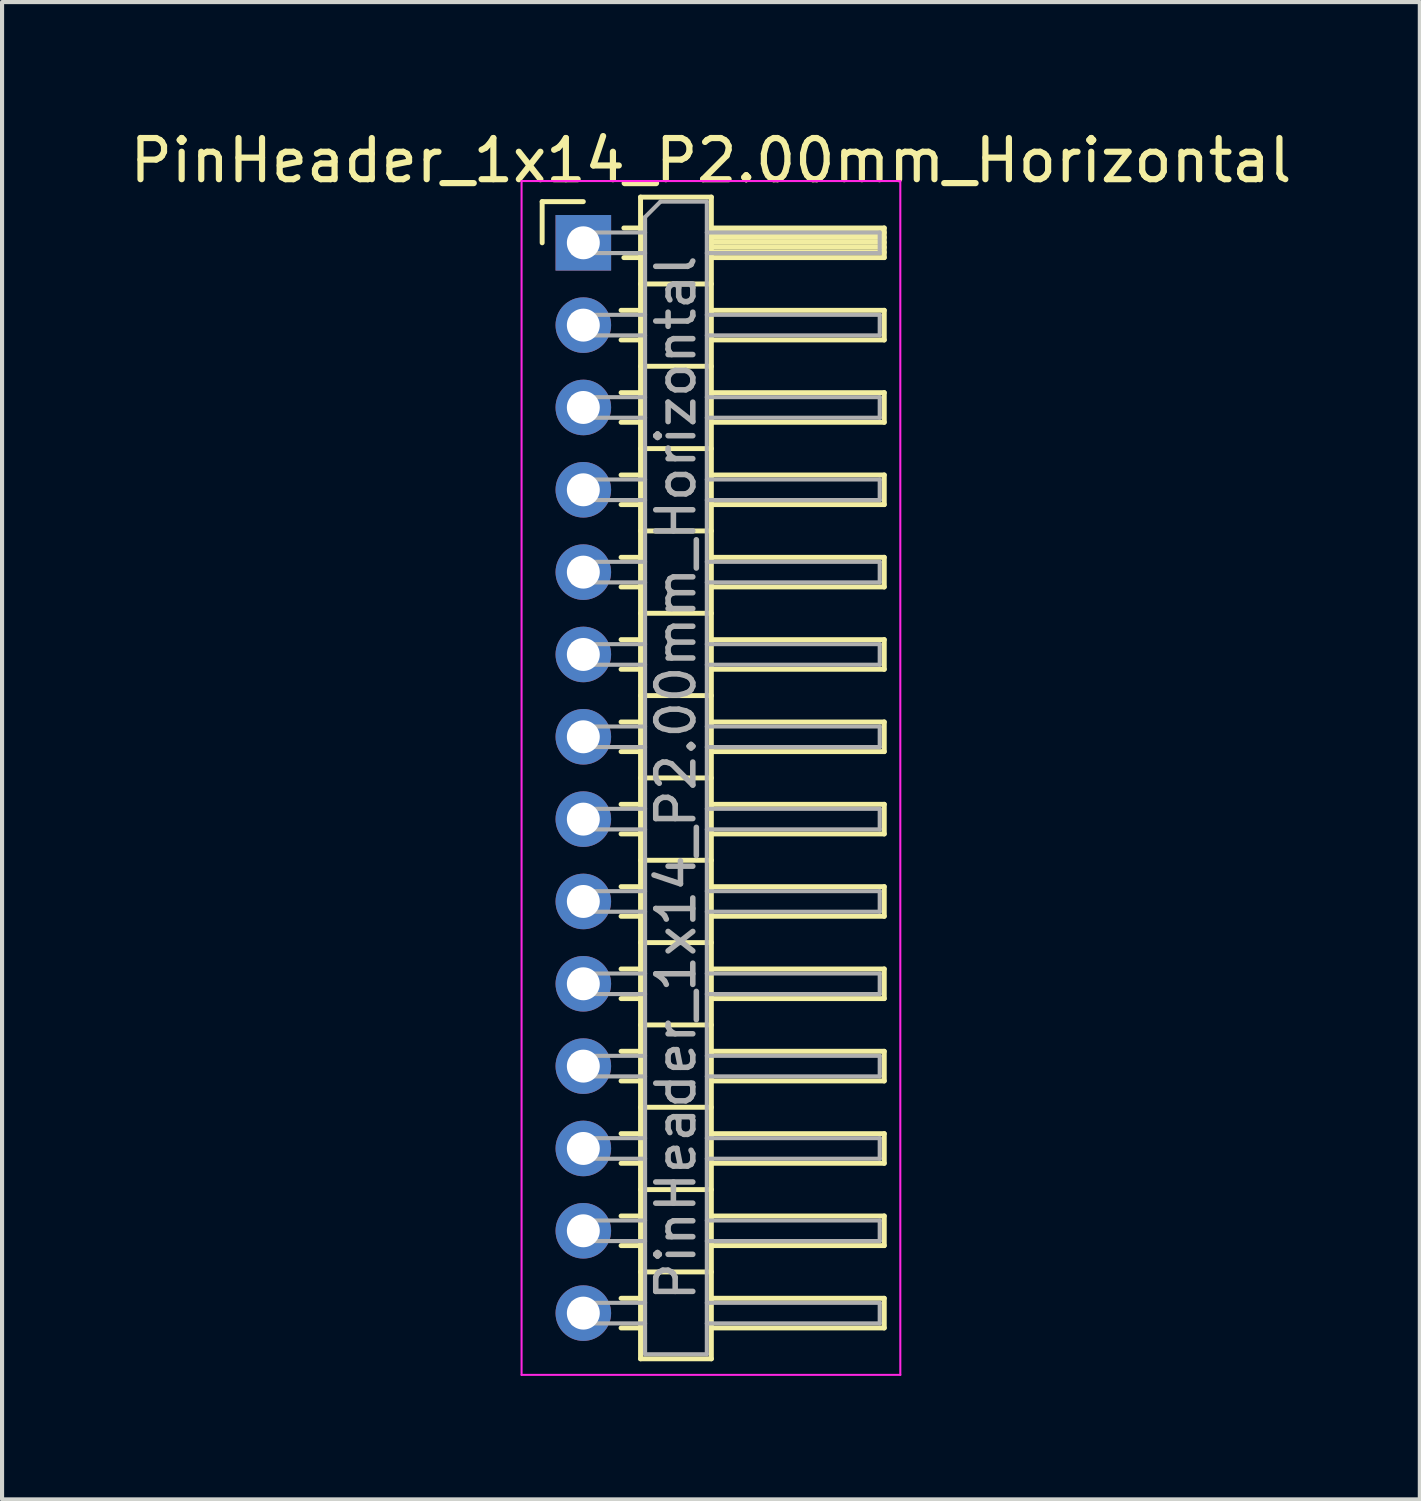
<source format=kicad_pcb>
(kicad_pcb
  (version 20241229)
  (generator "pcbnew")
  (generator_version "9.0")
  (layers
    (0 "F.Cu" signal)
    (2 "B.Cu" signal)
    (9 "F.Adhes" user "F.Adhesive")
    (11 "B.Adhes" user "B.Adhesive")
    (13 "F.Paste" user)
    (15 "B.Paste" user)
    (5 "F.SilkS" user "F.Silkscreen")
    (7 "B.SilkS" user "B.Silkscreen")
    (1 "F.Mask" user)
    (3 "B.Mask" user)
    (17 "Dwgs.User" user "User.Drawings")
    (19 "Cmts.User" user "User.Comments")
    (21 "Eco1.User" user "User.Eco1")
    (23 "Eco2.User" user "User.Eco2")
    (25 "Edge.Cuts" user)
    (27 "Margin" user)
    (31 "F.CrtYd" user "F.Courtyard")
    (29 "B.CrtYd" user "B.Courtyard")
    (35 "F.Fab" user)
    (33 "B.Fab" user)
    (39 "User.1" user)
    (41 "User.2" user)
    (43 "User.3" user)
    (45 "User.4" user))
  (footprint "PinHeader_1x14_P2.00mm_Horizontal"
    (layer "F.Cu")
    (at 11.12 2.848)
    (property "Reference" "PinHeader_1x14_P2.00mm_Horizontal" (at 3.1 -2 0) (layer "F.SilkS") (effects (font (size 1 1) (thickness 0.15))))
    (attr through_hole)
    (fp_line (start -1 -1) (end 0 -1) (stroke (width 0.12) (type solid)) (layer "F.SilkS"))
    (fp_line (start -1 0) (end -1 -1) (stroke (width 0.12) (type solid)) (layer "F.SilkS"))
    (fp_line (start 0.917 1.64) (end 1.39 1.64) (stroke (width 0.12) (type solid)) (layer "F.SilkS"))
    (fp_line (start 0.917 2.36) (end 1.39 2.36) (stroke (width 0.12) (type solid)) (layer "F.SilkS"))
    (fp_line (start 0.917 3.64) (end 1.39 3.64) (stroke (width 0.12) (type solid)) (layer "F.SilkS"))
    (fp_line (start 0.917 4.36) (end 1.39 4.36) (stroke (width 0.12) (type solid)) (layer "F.SilkS"))
    (fp_line (start 0.917 5.64) (end 1.39 5.64) (stroke (width 0.12) (type solid)) (layer "F.SilkS"))
    (fp_line (start 0.917 6.36) (end 1.39 6.36) (stroke (width 0.12) (type solid)) (layer "F.SilkS"))
    (fp_line (start 0.917 7.64) (end 1.39 7.64) (stroke (width 0.12) (type solid)) (layer "F.SilkS"))
    (fp_line (start 0.917 8.36) (end 1.39 8.36) (stroke (width 0.12) (type solid)) (layer "F.SilkS"))
    (fp_line (start 0.917 9.64) (end 1.39 9.64) (stroke (width 0.12) (type solid)) (layer "F.SilkS"))
    (fp_line (start 0.917 10.36) (end 1.39 10.36) (stroke (width 0.12) (type solid)) (layer "F.SilkS"))
    (fp_line (start 0.917 11.64) (end 1.39 11.64) (stroke (width 0.12) (type solid)) (layer "F.SilkS"))
    (fp_line (start 0.917 12.36) (end 1.39 12.36) (stroke (width 0.12) (type solid)) (layer "F.SilkS"))
    (fp_line (start 0.917 13.64) (end 1.39 13.64) (stroke (width 0.12) (type solid)) (layer "F.SilkS"))
    (fp_line (start 0.917 14.36) (end 1.39 14.36) (stroke (width 0.12) (type solid)) (layer "F.SilkS"))
    (fp_line (start 0.917 15.64) (end 1.39 15.64) (stroke (width 0.12) (type solid)) (layer "F.SilkS"))
    (fp_line (start 0.917 16.36) (end 1.39 16.36) (stroke (width 0.12) (type solid)) (layer "F.SilkS"))
    (fp_line (start 0.917 17.64) (end 1.39 17.64) (stroke (width 0.12) (type solid)) (layer "F.SilkS"))
    (fp_line (start 0.917 18.36) (end 1.39 18.36) (stroke (width 0.12) (type solid)) (layer "F.SilkS"))
    (fp_line (start 0.917 19.64) (end 1.39 19.64) (stroke (width 0.12) (type solid)) (layer "F.SilkS"))
    (fp_line (start 0.917 20.36) (end 1.39 20.36) (stroke (width 0.12) (type solid)) (layer "F.SilkS"))
    (fp_line (start 0.917 21.64) (end 1.39 21.64) (stroke (width 0.12) (type solid)) (layer "F.SilkS"))
    (fp_line (start 0.917 22.36) (end 1.39 22.36) (stroke (width 0.12) (type solid)) (layer "F.SilkS"))
    (fp_line (start 0.917 23.64) (end 1.39 23.64) (stroke (width 0.12) (type solid)) (layer "F.SilkS"))
    (fp_line (start 0.917 24.36) (end 1.39 24.36) (stroke (width 0.12) (type solid)) (layer "F.SilkS"))
    (fp_line (start 0.917 25.64) (end 1.39 25.64) (stroke (width 0.12) (type solid)) (layer "F.SilkS"))
    (fp_line (start 0.917 26.36) (end 1.39 26.36) (stroke (width 0.12) (type solid)) (layer "F.SilkS"))
    (fp_line (start 0.985 -0.36) (end 1.39 -0.36) (stroke (width 0.12) (type solid)) (layer "F.SilkS"))
    (fp_line (start 0.985 0.36) (end 1.39 0.36) (stroke (width 0.12) (type solid)) (layer "F.SilkS"))
    (fp_line (start 1.39 -1.11) (end 1.39 27.11) (stroke (width 0.12) (type solid)) (layer "F.SilkS"))
    (fp_line (start 1.39 1) (end 3.11 1) (stroke (width 0.12) (type solid)) (layer "F.SilkS"))
    (fp_line (start 1.39 3) (end 3.11 3) (stroke (width 0.12) (type solid)) (layer "F.SilkS"))
    (fp_line (start 1.39 5) (end 3.11 5) (stroke (width 0.12) (type solid)) (layer "F.SilkS"))
    (fp_line (start 1.39 7) (end 3.11 7) (stroke (width 0.12) (type solid)) (layer "F.SilkS"))
    (fp_line (start 1.39 9) (end 3.11 9) (stroke (width 0.12) (type solid)) (layer "F.SilkS"))
    (fp_line (start 1.39 11) (end 3.11 11) (stroke (width 0.12) (type solid)) (layer "F.SilkS"))
    (fp_line (start 1.39 13) (end 3.11 13) (stroke (width 0.12) (type solid)) (layer "F.SilkS"))
    (fp_line (start 1.39 15) (end 3.11 15) (stroke (width 0.12) (type solid)) (layer "F.SilkS"))
    (fp_line (start 1.39 17) (end 3.11 17) (stroke (width 0.12) (type solid)) (layer "F.SilkS"))
    (fp_line (start 1.39 19) (end 3.11 19) (stroke (width 0.12) (type solid)) (layer "F.SilkS"))
    (fp_line (start 1.39 21) (end 3.11 21) (stroke (width 0.12) (type solid)) (layer "F.SilkS"))
    (fp_line (start 1.39 23) (end 3.11 23) (stroke (width 0.12) (type solid)) (layer "F.SilkS"))
    (fp_line (start 1.39 25) (end 3.11 25) (stroke (width 0.12) (type solid)) (layer "F.SilkS"))
    (fp_line (start 1.39 27.11) (end 3.11 27.11) (stroke (width 0.12) (type solid)) (layer "F.SilkS"))
    (fp_line (start 3.11 -1.11) (end 1.39 -1.11) (stroke (width 0.12) (type solid)) (layer "F.SilkS"))
    (fp_line (start 3.11 -0.36) (end 7.31 -0.36) (stroke (width 0.12) (type solid)) (layer "F.SilkS"))
    (fp_line (start 3.11 -0.25) (end 7.31 -0.25) (stroke (width 0.12) (type solid)) (layer "F.SilkS"))
    (fp_line (start 3.11 -0.13) (end 7.31 -0.13) (stroke (width 0.12) (type solid)) (layer "F.SilkS"))
    (fp_line (start 3.11 -0.01) (end 7.31 -0.01) (stroke (width 0.12) (type solid)) (layer "F.SilkS"))
    (fp_line (start 3.11 0.11) (end 7.31 0.11) (stroke (width 0.12) (type solid)) (layer "F.SilkS"))
    (fp_line (start 3.11 0.23) (end 7.31 0.23) (stroke (width 0.12) (type solid)) (layer "F.SilkS"))
    (fp_line (start 3.11 1.64) (end 7.31 1.64) (stroke (width 0.12) (type solid)) (layer "F.SilkS"))
    (fp_line (start 3.11 3.64) (end 7.31 3.64) (stroke (width 0.12) (type solid)) (layer "F.SilkS"))
    (fp_line (start 3.11 5.64) (end 7.31 5.64) (stroke (width 0.12) (type solid)) (layer "F.SilkS"))
    (fp_line (start 3.11 7.64) (end 7.31 7.64) (stroke (width 0.12) (type solid)) (layer "F.SilkS"))
    (fp_line (start 3.11 9.64) (end 7.31 9.64) (stroke (width 0.12) (type solid)) (layer "F.SilkS"))
    (fp_line (start 3.11 11.64) (end 7.31 11.64) (stroke (width 0.12) (type solid)) (layer "F.SilkS"))
    (fp_line (start 3.11 13.64) (end 7.31 13.64) (stroke (width 0.12) (type solid)) (layer "F.SilkS"))
    (fp_line (start 3.11 15.64) (end 7.31 15.64) (stroke (width 0.12) (type solid)) (layer "F.SilkS"))
    (fp_line (start 3.11 17.64) (end 7.31 17.64) (stroke (width 0.12) (type solid)) (layer "F.SilkS"))
    (fp_line (start 3.11 19.64) (end 7.31 19.64) (stroke (width 0.12) (type solid)) (layer "F.SilkS"))
    (fp_line (start 3.11 21.64) (end 7.31 21.64) (stroke (width 0.12) (type solid)) (layer "F.SilkS"))
    (fp_line (start 3.11 23.64) (end 7.31 23.64) (stroke (width 0.12) (type solid)) (layer "F.SilkS"))
    (fp_line (start 3.11 25.64) (end 7.31 25.64) (stroke (width 0.12) (type solid)) (layer "F.SilkS"))
    (fp_line (start 3.11 27.11) (end 3.11 -1.11) (stroke (width 0.12) (type solid)) (layer "F.SilkS"))
    (fp_line (start 7.31 -0.36) (end 7.31 0.36) (stroke (width 0.12) (type solid)) (layer "F.SilkS"))
    (fp_line (start 7.31 0.36) (end 3.11 0.36) (stroke (width 0.12) (type solid)) (layer "F.SilkS"))
    (fp_line (start 7.31 1.64) (end 7.31 2.36) (stroke (width 0.12) (type solid)) (layer "F.SilkS"))
    (fp_line (start 7.31 2.36) (end 3.11 2.36) (stroke (width 0.12) (type solid)) (layer "F.SilkS"))
    (fp_line (start 7.31 3.64) (end 7.31 4.36) (stroke (width 0.12) (type solid)) (layer "F.SilkS"))
    (fp_line (start 7.31 4.36) (end 3.11 4.36) (stroke (width 0.12) (type solid)) (layer "F.SilkS"))
    (fp_line (start 7.31 5.64) (end 7.31 6.36) (stroke (width 0.12) (type solid)) (layer "F.SilkS"))
    (fp_line (start 7.31 6.36) (end 3.11 6.36) (stroke (width 0.12) (type solid)) (layer "F.SilkS"))
    (fp_line (start 7.31 7.64) (end 7.31 8.36) (stroke (width 0.12) (type solid)) (layer "F.SilkS"))
    (fp_line (start 7.31 8.36) (end 3.11 8.36) (stroke (width 0.12) (type solid)) (layer "F.SilkS"))
    (fp_line (start 7.31 9.64) (end 7.31 10.36) (stroke (width 0.12) (type solid)) (layer "F.SilkS"))
    (fp_line (start 7.31 10.36) (end 3.11 10.36) (stroke (width 0.12) (type solid)) (layer "F.SilkS"))
    (fp_line (start 7.31 11.64) (end 7.31 12.36) (stroke (width 0.12) (type solid)) (layer "F.SilkS"))
    (fp_line (start 7.31 12.36) (end 3.11 12.36) (stroke (width 0.12) (type solid)) (layer "F.SilkS"))
    (fp_line (start 7.31 13.64) (end 7.31 14.36) (stroke (width 0.12) (type solid)) (layer "F.SilkS"))
    (fp_line (start 7.31 14.36) (end 3.11 14.36) (stroke (width 0.12) (type solid)) (layer "F.SilkS"))
    (fp_line (start 7.31 15.64) (end 7.31 16.36) (stroke (width 0.12) (type solid)) (layer "F.SilkS"))
    (fp_line (start 7.31 16.36) (end 3.11 16.36) (stroke (width 0.12) (type solid)) (layer "F.SilkS"))
    (fp_line (start 7.31 17.64) (end 7.31 18.36) (stroke (width 0.12) (type solid)) (layer "F.SilkS"))
    (fp_line (start 7.31 18.36) (end 3.11 18.36) (stroke (width 0.12) (type solid)) (layer "F.SilkS"))
    (fp_line (start 7.31 19.64) (end 7.31 20.36) (stroke (width 0.12) (type solid)) (layer "F.SilkS"))
    (fp_line (start 7.31 20.36) (end 3.11 20.36) (stroke (width 0.12) (type solid)) (layer "F.SilkS"))
    (fp_line (start 7.31 21.64) (end 7.31 22.36) (stroke (width 0.12) (type solid)) (layer "F.SilkS"))
    (fp_line (start 7.31 22.36) (end 3.11 22.36) (stroke (width 0.12) (type solid)) (layer "F.SilkS"))
    (fp_line (start 7.31 23.64) (end 7.31 24.36) (stroke (width 0.12) (type solid)) (layer "F.SilkS"))
    (fp_line (start 7.31 24.36) (end 3.11 24.36) (stroke (width 0.12) (type solid)) (layer "F.SilkS"))
    (fp_line (start 7.31 25.64) (end 7.31 26.36) (stroke (width 0.12) (type solid)) (layer "F.SilkS"))
    (fp_line (start 7.31 26.36) (end 3.11 26.36) (stroke (width 0.12) (type solid)) (layer "F.SilkS"))
    (fp_line (start -1.5 -1.5) (end -1.5 27.5) (stroke (width 0.05) (type solid)) (layer "F.CrtYd"))
    (fp_line (start -1.5 27.5) (end 7.7 27.5) (stroke (width 0.05) (type solid)) (layer "F.CrtYd"))
    (fp_line (start 7.7 -1.5) (end -1.5 -1.5) (stroke (width 0.05) (type solid)) (layer "F.CrtYd"))
    (fp_line (start 7.7 27.5) (end 7.7 -1.5) (stroke (width 0.05) (type solid)) (layer "F.CrtYd"))
    (fp_line (start -0.25 -0.25) (end -0.25 0.25) (stroke (width 0.1) (type solid)) (layer "F.Fab"))
    (fp_line (start -0.25 -0.25) (end 1.5 -0.25) (stroke (width 0.1) (type solid)) (layer "F.Fab"))
    (fp_line (start -0.25 0.25) (end 1.5 0.25) (stroke (width 0.1) (type solid)) (layer "F.Fab"))
    (fp_line (start -0.25 1.75) (end -0.25 2.25) (stroke (width 0.1) (type solid)) (layer "F.Fab"))
    (fp_line (start -0.25 1.75) (end 1.5 1.75) (stroke (width 0.1) (type solid)) (layer "F.Fab"))
    (fp_line (start -0.25 2.25) (end 1.5 2.25) (stroke (width 0.1) (type solid)) (layer "F.Fab"))
    (fp_line (start -0.25 3.75) (end -0.25 4.25) (stroke (width 0.1) (type solid)) (layer "F.Fab"))
    (fp_line (start -0.25 3.75) (end 1.5 3.75) (stroke (width 0.1) (type solid)) (layer "F.Fab"))
    (fp_line (start -0.25 4.25) (end 1.5 4.25) (stroke (width 0.1) (type solid)) (layer "F.Fab"))
    (fp_line (start -0.25 5.75) (end -0.25 6.25) (stroke (width 0.1) (type solid)) (layer "F.Fab"))
    (fp_line (start -0.25 5.75) (end 1.5 5.75) (stroke (width 0.1) (type solid)) (layer "F.Fab"))
    (fp_line (start -0.25 6.25) (end 1.5 6.25) (stroke (width 0.1) (type solid)) (layer "F.Fab"))
    (fp_line (start -0.25 7.75) (end -0.25 8.25) (stroke (width 0.1) (type solid)) (layer "F.Fab"))
    (fp_line (start -0.25 7.75) (end 1.5 7.75) (stroke (width 0.1) (type solid)) (layer "F.Fab"))
    (fp_line (start -0.25 8.25) (end 1.5 8.25) (stroke (width 0.1) (type solid)) (layer "F.Fab"))
    (fp_line (start -0.25 9.75) (end -0.25 10.25) (stroke (width 0.1) (type solid)) (layer "F.Fab"))
    (fp_line (start -0.25 9.75) (end 1.5 9.75) (stroke (width 0.1) (type solid)) (layer "F.Fab"))
    (fp_line (start -0.25 10.25) (end 1.5 10.25) (stroke (width 0.1) (type solid)) (layer "F.Fab"))
    (fp_line (start -0.25 11.75) (end -0.25 12.25) (stroke (width 0.1) (type solid)) (layer "F.Fab"))
    (fp_line (start -0.25 11.75) (end 1.5 11.75) (stroke (width 0.1) (type solid)) (layer "F.Fab"))
    (fp_line (start -0.25 12.25) (end 1.5 12.25) (stroke (width 0.1) (type solid)) (layer "F.Fab"))
    (fp_line (start -0.25 13.75) (end -0.25 14.25) (stroke (width 0.1) (type solid)) (layer "F.Fab"))
    (fp_line (start -0.25 13.75) (end 1.5 13.75) (stroke (width 0.1) (type solid)) (layer "F.Fab"))
    (fp_line (start -0.25 14.25) (end 1.5 14.25) (stroke (width 0.1) (type solid)) (layer "F.Fab"))
    (fp_line (start -0.25 15.75) (end -0.25 16.25) (stroke (width 0.1) (type solid)) (layer "F.Fab"))
    (fp_line (start -0.25 15.75) (end 1.5 15.75) (stroke (width 0.1) (type solid)) (layer "F.Fab"))
    (fp_line (start -0.25 16.25) (end 1.5 16.25) (stroke (width 0.1) (type solid)) (layer "F.Fab"))
    (fp_line (start -0.25 17.75) (end -0.25 18.25) (stroke (width 0.1) (type solid)) (layer "F.Fab"))
    (fp_line (start -0.25 17.75) (end 1.5 17.75) (stroke (width 0.1) (type solid)) (layer "F.Fab"))
    (fp_line (start -0.25 18.25) (end 1.5 18.25) (stroke (width 0.1) (type solid)) (layer "F.Fab"))
    (fp_line (start -0.25 19.75) (end -0.25 20.25) (stroke (width 0.1) (type solid)) (layer "F.Fab"))
    (fp_line (start -0.25 19.75) (end 1.5 19.75) (stroke (width 0.1) (type solid)) (layer "F.Fab"))
    (fp_line (start -0.25 20.25) (end 1.5 20.25) (stroke (width 0.1) (type solid)) (layer "F.Fab"))
    (fp_line (start -0.25 21.75) (end -0.25 22.25) (stroke (width 0.1) (type solid)) (layer "F.Fab"))
    (fp_line (start -0.25 21.75) (end 1.5 21.75) (stroke (width 0.1) (type solid)) (layer "F.Fab"))
    (fp_line (start -0.25 22.25) (end 1.5 22.25) (stroke (width 0.1) (type solid)) (layer "F.Fab"))
    (fp_line (start -0.25 23.75) (end -0.25 24.25) (stroke (width 0.1) (type solid)) (layer "F.Fab"))
    (fp_line (start -0.25 23.75) (end 1.5 23.75) (stroke (width 0.1) (type solid)) (layer "F.Fab"))
    (fp_line (start -0.25 24.25) (end 1.5 24.25) (stroke (width 0.1) (type solid)) (layer "F.Fab"))
    (fp_line (start -0.25 25.75) (end -0.25 26.25) (stroke (width 0.1) (type solid)) (layer "F.Fab"))
    (fp_line (start -0.25 25.75) (end 1.5 25.75) (stroke (width 0.1) (type solid)) (layer "F.Fab"))
    (fp_line (start -0.25 26.25) (end 1.5 26.25) (stroke (width 0.1) (type solid)) (layer "F.Fab"))
    (fp_line (start 1.5 -0.625) (end 1.875 -1) (stroke (width 0.1) (type solid)) (layer "F.Fab"))
    (fp_line (start 1.5 27) (end 1.5 -0.625) (stroke (width 0.1) (type solid)) (layer "F.Fab"))
    (fp_line (start 1.875 -1) (end 3 -1) (stroke (width 0.1) (type solid)) (layer "F.Fab"))
    (fp_line (start 3 -1) (end 3 27) (stroke (width 0.1) (type solid)) (layer "F.Fab"))
    (fp_line (start 3 -0.25) (end 7.2 -0.25) (stroke (width 0.1) (type solid)) (layer "F.Fab"))
    (fp_line (start 3 0.25) (end 7.2 0.25) (stroke (width 0.1) (type solid)) (layer "F.Fab"))
    (fp_line (start 3 1.75) (end 7.2 1.75) (stroke (width 0.1) (type solid)) (layer "F.Fab"))
    (fp_line (start 3 2.25) (end 7.2 2.25) (stroke (width 0.1) (type solid)) (layer "F.Fab"))
    (fp_line (start 3 3.75) (end 7.2 3.75) (stroke (width 0.1) (type solid)) (layer "F.Fab"))
    (fp_line (start 3 4.25) (end 7.2 4.25) (stroke (width 0.1) (type solid)) (layer "F.Fab"))
    (fp_line (start 3 5.75) (end 7.2 5.75) (stroke (width 0.1) (type solid)) (layer "F.Fab"))
    (fp_line (start 3 6.25) (end 7.2 6.25) (stroke (width 0.1) (type solid)) (layer "F.Fab"))
    (fp_line (start 3 7.75) (end 7.2 7.75) (stroke (width 0.1) (type solid)) (layer "F.Fab"))
    (fp_line (start 3 8.25) (end 7.2 8.25) (stroke (width 0.1) (type solid)) (layer "F.Fab"))
    (fp_line (start 3 9.75) (end 7.2 9.75) (stroke (width 0.1) (type solid)) (layer "F.Fab"))
    (fp_line (start 3 10.25) (end 7.2 10.25) (stroke (width 0.1) (type solid)) (layer "F.Fab"))
    (fp_line (start 3 11.75) (end 7.2 11.75) (stroke (width 0.1) (type solid)) (layer "F.Fab"))
    (fp_line (start 3 12.25) (end 7.2 12.25) (stroke (width 0.1) (type solid)) (layer "F.Fab"))
    (fp_line (start 3 13.75) (end 7.2 13.75) (stroke (width 0.1) (type solid)) (layer "F.Fab"))
    (fp_line (start 3 14.25) (end 7.2 14.25) (stroke (width 0.1) (type solid)) (layer "F.Fab"))
    (fp_line (start 3 15.75) (end 7.2 15.75) (stroke (width 0.1) (type solid)) (layer "F.Fab"))
    (fp_line (start 3 16.25) (end 7.2 16.25) (stroke (width 0.1) (type solid)) (layer "F.Fab"))
    (fp_line (start 3 17.75) (end 7.2 17.75) (stroke (width 0.1) (type solid)) (layer "F.Fab"))
    (fp_line (start 3 18.25) (end 7.2 18.25) (stroke (width 0.1) (type solid)) (layer "F.Fab"))
    (fp_line (start 3 19.75) (end 7.2 19.75) (stroke (width 0.1) (type solid)) (layer "F.Fab"))
    (fp_line (start 3 20.25) (end 7.2 20.25) (stroke (width 0.1) (type solid)) (layer "F.Fab"))
    (fp_line (start 3 21.75) (end 7.2 21.75) (stroke (width 0.1) (type solid)) (layer "F.Fab"))
    (fp_line (start 3 22.25) (end 7.2 22.25) (stroke (width 0.1) (type solid)) (layer "F.Fab"))
    (fp_line (start 3 23.75) (end 7.2 23.75) (stroke (width 0.1) (type solid)) (layer "F.Fab"))
    (fp_line (start 3 24.25) (end 7.2 24.25) (stroke (width 0.1) (type solid)) (layer "F.Fab"))
    (fp_line (start 3 25.75) (end 7.2 25.75) (stroke (width 0.1) (type solid)) (layer "F.Fab"))
    (fp_line (start 3 26.25) (end 7.2 26.25) (stroke (width 0.1) (type solid)) (layer "F.Fab"))
    (fp_line (start 3 27) (end 1.5 27) (stroke (width 0.1) (type solid)) (layer "F.Fab"))
    (fp_line (start 7.2 -0.25) (end 7.2 0.25) (stroke (width 0.1) (type solid)) (layer "F.Fab"))
    (fp_line (start 7.2 1.75) (end 7.2 2.25) (stroke (width 0.1) (type solid)) (layer "F.Fab"))
    (fp_line (start 7.2 3.75) (end 7.2 4.25) (stroke (width 0.1) (type solid)) (layer "F.Fab"))
    (fp_line (start 7.2 5.75) (end 7.2 6.25) (stroke (width 0.1) (type solid)) (layer "F.Fab"))
    (fp_line (start 7.2 7.75) (end 7.2 8.25) (stroke (width 0.1) (type solid)) (layer "F.Fab"))
    (fp_line (start 7.2 9.75) (end 7.2 10.25) (stroke (width 0.1) (type solid)) (layer "F.Fab"))
    (fp_line (start 7.2 11.75) (end 7.2 12.25) (stroke (width 0.1) (type solid)) (layer "F.Fab"))
    (fp_line (start 7.2 13.75) (end 7.2 14.25) (stroke (width 0.1) (type solid)) (layer "F.Fab"))
    (fp_line (start 7.2 15.75) (end 7.2 16.25) (stroke (width 0.1) (type solid)) (layer "F.Fab"))
    (fp_line (start 7.2 17.75) (end 7.2 18.25) (stroke (width 0.1) (type solid)) (layer "F.Fab"))
    (fp_line (start 7.2 19.75) (end 7.2 20.25) (stroke (width 0.1) (type solid)) (layer "F.Fab"))
    (fp_line (start 7.2 21.75) (end 7.2 22.25) (stroke (width 0.1) (type solid)) (layer "F.Fab"))
    (fp_line (start 7.2 23.75) (end 7.2 24.25) (stroke (width 0.1) (type solid)) (layer "F.Fab"))
    (fp_line (start 7.2 25.75) (end 7.2 26.25) (stroke (width 0.1) (type solid)) (layer "F.Fab"))
    (fp_text user "${REFERENCE}" (at 2.25 13 90) (layer "F.Fab") (effects (font (size 0.9 0.9) (thickness 0.135))))
    (pad "1" thru_hole rect (at 0 0) (size 1.35 1.35) (drill 0.8) (layers "*.Cu" "*.Mask"))
    (pad "2" thru_hole circle (at 0 2) (size 1.35 1.35) (drill 0.8) (layers "*.Cu" "*.Mask"))
    (pad "3" thru_hole circle (at 0 4) (size 1.35 1.35) (drill 0.8) (layers "*.Cu" "*.Mask"))
    (pad "4" thru_hole circle (at 0 6) (size 1.35 1.35) (drill 0.8) (layers "*.Cu" "*.Mask"))
    (pad "5" thru_hole circle (at 0 8) (size 1.35 1.35) (drill 0.8) (layers "*.Cu" "*.Mask"))
    (pad "6" thru_hole circle (at 0 10) (size 1.35 1.35) (drill 0.8) (layers "*.Cu" "*.Mask"))
    (pad "7" thru_hole circle (at 0 12) (size 1.35 1.35) (drill 0.8) (layers "*.Cu" "*.Mask"))
    (pad "8" thru_hole circle (at 0 14) (size 1.35 1.35) (drill 0.8) (layers "*.Cu" "*.Mask"))
    (pad "9" thru_hole circle (at 0 16) (size 1.35 1.35) (drill 0.8) (layers "*.Cu" "*.Mask"))
    (pad "10" thru_hole circle (at 0 18) (size 1.35 1.35) (drill 0.8) (layers "*.Cu" "*.Mask"))
    (pad "11" thru_hole circle (at 0 20) (size 1.35 1.35) (drill 0.8) (layers "*.Cu" "*.Mask"))
    (pad "12" thru_hole circle (at 0 22) (size 1.35 1.35) (drill 0.8) (layers "*.Cu" "*.Mask"))
    (pad "13" thru_hole circle (at 0 24) (size 1.35 1.35) (drill 0.8) (layers "*.Cu" "*.Mask"))
    (pad "14" thru_hole circle (at 0 26) (size 1.35 1.35) (drill 0.8) (layers "*.Cu" "*.Mask")))
  (gr_rect
    (start -3 -3)
    (end 31.44 33.373)
    (stroke (width 0.1) (type default))
    (fill no)
    (layer "Edge.Cuts")))
</source>
